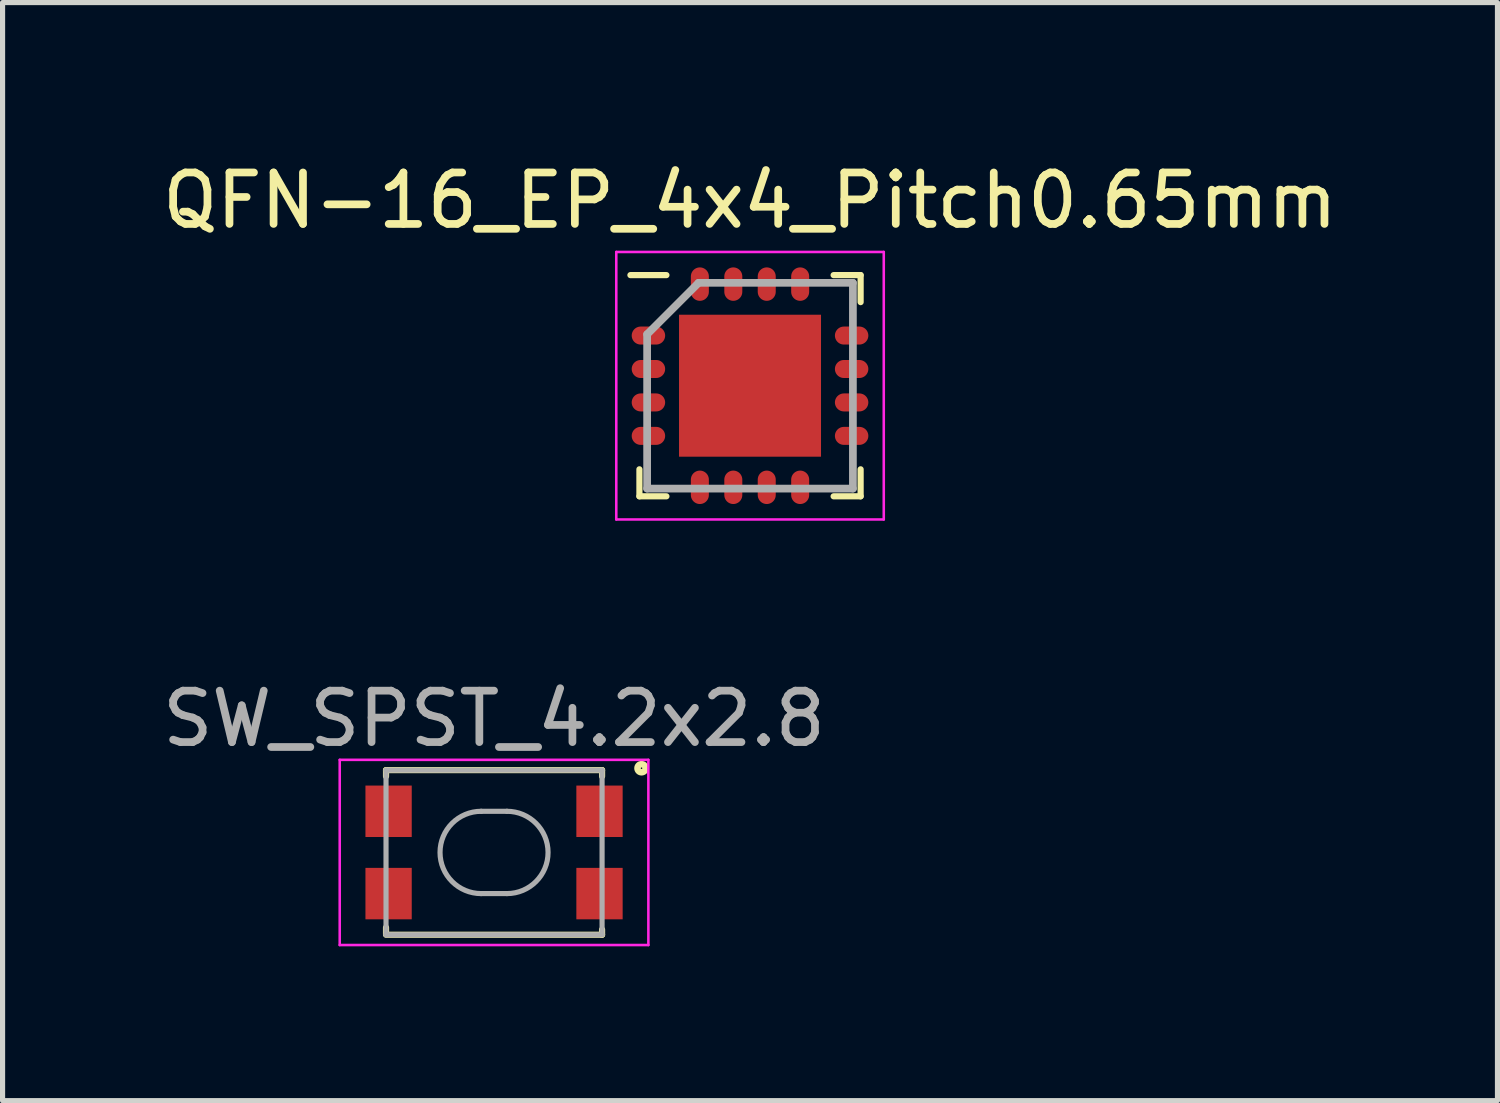
<source format=kicad_pcb>
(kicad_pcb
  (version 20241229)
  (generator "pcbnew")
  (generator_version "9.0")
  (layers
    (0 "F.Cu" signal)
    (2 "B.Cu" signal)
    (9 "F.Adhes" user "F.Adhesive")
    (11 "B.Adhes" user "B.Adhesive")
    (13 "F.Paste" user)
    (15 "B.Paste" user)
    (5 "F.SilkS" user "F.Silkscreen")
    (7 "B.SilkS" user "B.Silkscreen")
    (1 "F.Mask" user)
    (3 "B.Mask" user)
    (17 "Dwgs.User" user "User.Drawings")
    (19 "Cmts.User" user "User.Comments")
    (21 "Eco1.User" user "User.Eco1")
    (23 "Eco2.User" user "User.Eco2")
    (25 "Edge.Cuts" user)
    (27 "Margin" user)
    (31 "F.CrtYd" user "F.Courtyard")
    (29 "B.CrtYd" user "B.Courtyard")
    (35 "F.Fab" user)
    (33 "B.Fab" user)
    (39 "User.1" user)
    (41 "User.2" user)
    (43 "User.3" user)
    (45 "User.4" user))
  (footprint "QFN-16_EP_4x4_Pitch0.65mm"
    (layer "F.Cu")
    (at 11.53 4.448)
    (property "Reference" "QFN-16_EP_4x4_Pitch0.65mm" (at 0 -3.6 0) (layer "F.SilkS") (effects (font (size 1 1) (thickness 0.15))))
    (attr smd)
    (fp_line (start -2.15 2.15) (end -2.15 1.625) (stroke (width 0.12) (type solid)) (layer "F.SilkS"))
    (fp_line (start -1.625 -2.15) (end -2.325 -2.15) (stroke (width 0.12) (type solid)) (layer "F.SilkS"))
    (fp_line (start -1.625 2.15) (end -2.15 2.15) (stroke (width 0.12) (type solid)) (layer "F.SilkS"))
    (fp_line (start 1.625 -2.15) (end 2.15 -2.15) (stroke (width 0.12) (type solid)) (layer "F.SilkS"))
    (fp_line (start 1.625 2.15) (end 2.15 2.15) (stroke (width 0.12) (type solid)) (layer "F.SilkS"))
    (fp_line (start 2.15 -2.15) (end 2.15 -1.625) (stroke (width 0.12) (type solid)) (layer "F.SilkS"))
    (fp_line (start 2.15 2.15) (end 2.15 1.625) (stroke (width 0.12) (type solid)) (layer "F.SilkS"))
    (fp_line (start -2.6 -2.6) (end 2.6 -2.6) (stroke (width 0.05) (type solid)) (layer "F.CrtYd"))
    (fp_line (start -2.6 2.6) (end -2.6 -2.6) (stroke (width 0.05) (type solid)) (layer "F.CrtYd"))
    (fp_line (start 2.6 -2.6) (end 2.6 2.6) (stroke (width 0.05) (type solid)) (layer "F.CrtYd"))
    (fp_line (start 2.6 2.6) (end -2.6 2.6) (stroke (width 0.05) (type solid)) (layer "F.CrtYd"))
    (fp_line (start -2 -1) (end -2 2) (stroke (width 0.15) (type solid)) (layer "F.Fab"))
    (fp_line (start -2 2) (end 2 2) (stroke (width 0.15) (type solid)) (layer "F.Fab"))
    (fp_line (start -1 -2) (end -2 -1) (stroke (width 0.15) (type solid)) (layer "F.Fab"))
    (fp_line (start 2 -2) (end -1 -2) (stroke (width 0.15) (type solid)) (layer "F.Fab"))
    (fp_line (start 2 2) (end 2 -2) (stroke (width 0.15) (type solid)) (layer "F.Fab"))
    (pad "1" smd oval (at -1.975 -0.975 90) (size 0.35 0.65) (layers "F.Cu" "F.Mask" "F.Paste"))
    (pad "2" smd oval (at -1.975 -0.325 90) (size 0.35 0.65) (layers "F.Cu" "F.Mask" "F.Paste"))
    (pad "3" smd oval (at -1.975 0.325 90) (size 0.35 0.65) (layers "F.Cu" "F.Mask" "F.Paste"))
    (pad "4" smd oval (at -1.975 0.975 90) (size 0.35 0.65) (layers "F.Cu" "F.Mask" "F.Paste"))
    (pad "5" smd oval (at -0.975 1.975) (size 0.35 0.65) (layers "F.Cu" "F.Mask" "F.Paste"))
    (pad "6" smd oval (at -0.325 1.975) (size 0.35 0.65) (layers "F.Cu" "F.Mask" "F.Paste"))
    (pad "7" smd oval (at 0.325 1.975) (size 0.35 0.65) (layers "F.Cu" "F.Mask" "F.Paste"))
    (pad "8" smd oval (at 0.975 1.975) (size 0.35 0.65) (layers "F.Cu" "F.Mask" "F.Paste"))
    (pad "9" smd oval (at 1.975 0.975 90) (size 0.35 0.65) (layers "F.Cu" "F.Mask" "F.Paste"))
    (pad "10" smd oval (at 1.975 0.325 90) (size 0.35 0.65) (layers "F.Cu" "F.Mask" "F.Paste"))
    (pad "11" smd oval (at 1.975 -0.325 90) (size 0.35 0.65) (layers "F.Cu" "F.Mask" "F.Paste"))
    (pad "12" smd oval (at 1.975 -0.975 90) (size 0.35 0.65) (layers "F.Cu" "F.Mask" "F.Paste"))
    (pad "13" smd oval (at 0.975 -1.975) (size 0.35 0.65) (layers "F.Cu" "F.Mask" "F.Paste"))
    (pad "14" smd oval (at 0.325 -1.975) (size 0.35 0.65) (layers "F.Cu" "F.Mask" "F.Paste"))
    (pad "15" smd oval (at -0.325 -1.975) (size 0.35 0.65) (layers "F.Cu" "F.Mask" "F.Paste"))
    (pad "16" smd oval (at -0.975 -1.975) (size 0.35 0.65) (layers "F.Cu" "F.Mask" "F.Paste"))
    (pad "17" smd rect (at 0 0) (size 2.76 2.76) (layers "F.Cu" "F.Mask" "F.Paste")))
  (footprint "SW_SPST_4.2x2.8"
    (layer "F.Cu")
    (at 6.554 13.521)
    (property "Reference" "SW_SPST_4.2x2.8" (at 0 -2.6 0) (layer "F.Fab") (effects (font (size 1 1) (thickness 0.15))))
    (attr smd)
    (fp_line (start -2.1 -1.6) (end -2.1 -1.48) (stroke (width 0.12) (type solid)) (layer "F.SilkS"))
    (fp_line (start -2.1 -1.6) (end 2.1 -1.6) (stroke (width 0.12) (type solid)) (layer "F.SilkS"))
    (fp_line (start -2.1 1.58) (end -2.1 1.46) (stroke (width 0.12) (type solid)) (layer "F.SilkS"))
    (fp_line (start -2.1 1.6) (end 2.1 1.6) (stroke (width 0.12) (type solid)) (layer "F.SilkS"))
    (fp_line (start 2.1 -1.6) (end 2.1 -1.48) (stroke (width 0.12) (type solid)) (layer "F.SilkS"))
    (fp_line (start 2.1 1.6) (end 2.1 1.5) (stroke (width 0.12) (type solid)) (layer "F.SilkS"))
    (fp_circle (center 2.867 -1.637) (end 2.882 -1.637) (stroke (width 0.127) (type solid)) (fill no) (layer "F.SilkS"))
    (fp_line (start -2.75 -1.5) (end -2.75 1.5) (stroke (width 0.127) (type solid)) (layer "Eco2.User"))
    (fp_line (start -2.75 1.5) (end 2.75 1.5) (stroke (width 0.127) (type solid)) (layer "Eco2.User"))
    (fp_line (start 2.75 -1.5) (end -2.75 -1.5) (stroke (width 0.127) (type solid)) (layer "Eco2.User"))
    (fp_line (start 2.75 1.5) (end 2.75 -1.5) (stroke (width 0.127) (type solid)) (layer "Eco2.User"))
    (fp_line (start -3 -1.8) (end 3 -1.8) (stroke (width 0.05) (type solid)) (layer "F.CrtYd"))
    (fp_line (start -3 1.8) (end -3 -1.8) (stroke (width 0.05) (type solid)) (layer "F.CrtYd"))
    (fp_line (start 3 -1.8) (end 3 1.8) (stroke (width 0.05) (type solid)) (layer "F.CrtYd"))
    (fp_line (start 3 1.8) (end -3 1.8) (stroke (width 0.05) (type solid)) (layer "F.CrtYd"))
    (fp_line (start -2.1 -1.6) (end -2.1 1.6) (stroke (width 0.1) (type solid)) (layer "F.Fab"))
    (fp_line (start -2.1 1.6) (end 2.1 1.6) (stroke (width 0.1) (type solid)) (layer "F.Fab"))
    (fp_line (start -0.25 -0.8) (end 0.25 -0.8) (stroke (width 0.1) (type solid)) (layer "F.Fab"))
    (fp_line (start 0.25 0.8) (end -0.25 0.8) (stroke (width 0.1) (type solid)) (layer "F.Fab"))
    (fp_line (start 2.1 -1.6) (end -2.1 -1.6) (stroke (width 0.1) (type solid)) (layer "F.Fab"))
    (fp_line (start 2.1 1.6) (end 2.1 -1.6) (stroke (width 0.1) (type solid)) (layer "F.Fab"))
    (fp_arc (start -0.25 0.8) (mid -1.05 0) (end -0.25 -0.8) (stroke (width 0.1) (type solid)) (layer "F.Fab"))
    (fp_arc (start 0.25 -0.8) (mid 1.05 0) (end 0.25 0.8) (stroke (width 0.1) (type solid)) (layer "F.Fab"))
    (pad "1" smd rect (at 2.05 -0.8) (size 0.9 1) (layers "F.Cu" "F.Mask" "F.Paste"))
    (pad "2" smd rect (at 2.05 0.8) (size 0.9 1) (layers "F.Cu" "F.Mask" "F.Paste"))
    (pad "3" smd rect (at -2.05 -0.8) (size 0.9 1) (layers "F.Cu" "F.Mask" "F.Paste"))
    (pad "4" smd rect (at -2.05 0.8) (size 0.9 1) (layers "F.Cu" "F.Mask" "F.Paste")))
  (gr_rect
    (start -3 -3)
    (end 26.06 18.346)
    (stroke (width 0.1) (type default))
    (fill no)
    (layer "Edge.Cuts")))
</source>
